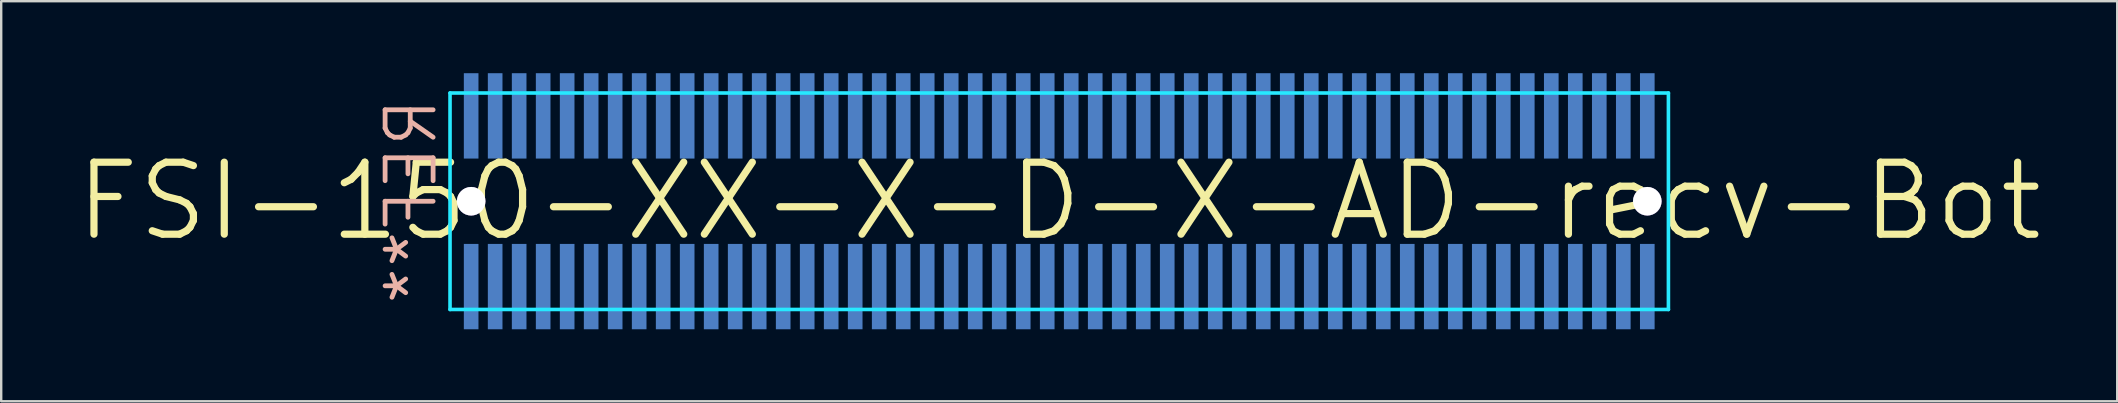
<source format=kicad_pcb>
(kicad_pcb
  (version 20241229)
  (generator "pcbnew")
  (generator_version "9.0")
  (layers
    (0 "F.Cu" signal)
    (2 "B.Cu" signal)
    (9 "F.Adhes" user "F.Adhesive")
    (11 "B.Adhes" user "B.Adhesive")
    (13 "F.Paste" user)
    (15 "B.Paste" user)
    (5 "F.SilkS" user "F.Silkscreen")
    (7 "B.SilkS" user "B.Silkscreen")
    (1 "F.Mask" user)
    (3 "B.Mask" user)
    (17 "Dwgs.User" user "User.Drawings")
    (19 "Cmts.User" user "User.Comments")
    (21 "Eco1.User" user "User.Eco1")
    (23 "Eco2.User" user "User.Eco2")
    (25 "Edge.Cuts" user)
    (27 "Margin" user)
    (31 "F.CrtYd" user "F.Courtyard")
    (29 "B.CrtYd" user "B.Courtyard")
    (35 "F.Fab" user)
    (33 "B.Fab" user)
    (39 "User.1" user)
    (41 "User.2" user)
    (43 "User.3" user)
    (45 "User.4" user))
  (footprint "FSI-150-XX-X-D-X-AD-recv-Bot"
    (layer "F.Cu")
    (at 41.079 5.334)
    (property "Reference" "FSI-150-XX-X-D-X-AD-recv-Bot" (at 0 0 0) (layer "F.SilkS") (effects (font (size 3 3) (thickness 0.3))))
    (attr through_hole)
    (fp_line (start -25.38 -4.51) (end 25.38 -4.51) (stroke (width 0.15) (type solid)) (layer "B.CrtYd"))
    (fp_line (start -25.38 4.51) (end -25.38 -4.51) (stroke (width 0.15) (type solid)) (layer "B.CrtYd"))
    (fp_line (start 25.38 -4.51) (end 25.38 4.51) (stroke (width 0.15) (type solid)) (layer "B.CrtYd"))
    (fp_line (start 25.38 4.51) (end -25.38 4.51) (stroke (width 0.15) (type solid)) (layer "B.CrtYd"))
    (fp_text user "REF**" (at -27 0 90) (layer "B.SilkS") (effects (font (size 2 2) (thickness 0.2)) (justify mirror)))
    (pad "" np_thru_hole circle (at -24.5 0) (size 1.191 1.191) (drill 1.19) (layers "*.Cu" "*.Mask"))
    (pad "" np_thru_hole circle (at 24.5 0) (size 1.191 1.191) (drill 1.19) (layers "*.Cu" "*.Mask"))
    (pad "1" smd rect (at -24.5 -3.556) (size 0.61 3.556) (layers "B.Cu" "B.Mask"))
    (pad "2" smd rect (at -24.5 3.556) (size 0.61 3.556) (layers "B.Cu" "B.Mask"))
    (pad "3" smd rect (at -23.5 -3.556) (size 0.61 3.556) (layers "B.Cu" "B.Mask"))
    (pad "4" smd rect (at -23.5 3.556) (size 0.61 3.556) (layers "B.Cu" "B.Mask"))
    (pad "5" smd rect (at -22.5 -3.556) (size 0.61 3.556) (layers "B.Cu" "B.Mask"))
    (pad "6" smd rect (at -22.5 3.556) (size 0.61 3.556) (layers "B.Cu" "B.Mask"))
    (pad "7" smd rect (at -21.5 -3.556) (size 0.61 3.556) (layers "B.Cu" "B.Mask"))
    (pad "8" smd rect (at -21.5 3.556) (size 0.61 3.556) (layers "B.Cu" "B.Mask"))
    (pad "9" smd rect (at -20.5 -3.556) (size 0.61 3.556) (layers "B.Cu" "B.Mask"))
    (pad "10" smd rect (at -20.5 3.556) (size 0.61 3.556) (layers "B.Cu" "B.Mask"))
    (pad "11" smd rect (at -19.5 -3.556) (size 0.61 3.556) (layers "B.Cu" "B.Mask"))
    (pad "12" smd rect (at -19.5 3.556) (size 0.61 3.556) (layers "B.Cu" "B.Mask"))
    (pad "13" smd rect (at -18.5 -3.556) (size 0.61 3.556) (layers "B.Cu" "B.Mask"))
    (pad "14" smd rect (at -18.5 3.556) (size 0.61 3.556) (layers "B.Cu" "B.Mask"))
    (pad "15" smd rect (at -17.5 -3.556) (size 0.61 3.556) (layers "B.Cu" "B.Mask"))
    (pad "16" smd rect (at -17.5 3.556) (size 0.61 3.556) (layers "B.Cu" "B.Mask"))
    (pad "17" smd rect (at -16.5 -3.556) (size 0.61 3.556) (layers "B.Cu" "B.Mask"))
    (pad "18" smd rect (at -16.5 3.556) (size 0.61 3.556) (layers "B.Cu" "B.Mask"))
    (pad "19" smd rect (at -15.5 -3.556) (size 0.61 3.556) (layers "B.Cu" "B.Mask"))
    (pad "20" smd rect (at -15.5 3.556) (size 0.61 3.556) (layers "B.Cu" "B.Mask"))
    (pad "21" smd rect (at -14.5 -3.556) (size 0.61 3.556) (layers "B.Cu" "B.Mask"))
    (pad "22" smd rect (at -14.5 3.556) (size 0.61 3.556) (layers "B.Cu" "B.Mask"))
    (pad "23" smd rect (at -13.5 -3.556) (size 0.61 3.556) (layers "B.Cu" "B.Mask"))
    (pad "24" smd rect (at -13.5 3.556) (size 0.61 3.556) (layers "B.Cu" "B.Mask"))
    (pad "25" smd rect (at -12.5 -3.556) (size 0.61 3.556) (layers "B.Cu" "B.Mask"))
    (pad "26" smd rect (at -12.5 3.556) (size 0.61 3.556) (layers "B.Cu" "B.Mask"))
    (pad "27" smd rect (at -11.5 -3.556) (size 0.61 3.556) (layers "B.Cu" "B.Mask"))
    (pad "28" smd rect (at -11.5 3.556) (size 0.61 3.556) (layers "B.Cu" "B.Mask"))
    (pad "29" smd rect (at -10.5 -3.556) (size 0.61 3.556) (layers "B.Cu" "B.Mask"))
    (pad "30" smd rect (at -10.5 3.556) (size 0.61 3.556) (layers "B.Cu" "B.Mask"))
    (pad "31" smd rect (at -9.5 -3.556) (size 0.61 3.556) (layers "B.Cu" "B.Mask"))
    (pad "32" smd rect (at -9.5 3.556) (size 0.61 3.556) (layers "B.Cu" "B.Mask"))
    (pad "33" smd rect (at -8.5 -3.556) (size 0.61 3.556) (layers "B.Cu" "B.Mask"))
    (pad "34" smd rect (at -8.5 3.556) (size 0.61 3.556) (layers "B.Cu" "B.Mask"))
    (pad "35" smd rect (at -7.5 -3.556) (size 0.61 3.556) (layers "B.Cu" "B.Mask"))
    (pad "36" smd rect (at -7.5 3.556) (size 0.61 3.556) (layers "B.Cu" "B.Mask"))
    (pad "37" smd rect (at -6.5 -3.556) (size 0.61 3.556) (layers "B.Cu" "B.Mask"))
    (pad "38" smd rect (at -6.5 3.556) (size 0.61 3.556) (layers "B.Cu" "B.Mask"))
    (pad "39" smd rect (at -5.5 -3.556) (size 0.61 3.556) (layers "B.Cu" "B.Mask"))
    (pad "40" smd rect (at -5.5 3.556) (size 0.61 3.556) (layers "B.Cu" "B.Mask"))
    (pad "41" smd rect (at -4.5 -3.556) (size 0.61 3.556) (layers "B.Cu" "B.Mask"))
    (pad "42" smd rect (at -4.5 3.556) (size 0.61 3.556) (layers "B.Cu" "B.Mask"))
    (pad "43" smd rect (at -3.5 -3.556) (size 0.61 3.556) (layers "B.Cu" "B.Mask"))
    (pad "44" smd rect (at -3.5 3.556) (size 0.61 3.556) (layers "B.Cu" "B.Mask"))
    (pad "45" smd rect (at -2.5 -3.556) (size 0.61 3.556) (layers "B.Cu" "B.Mask"))
    (pad "46" smd rect (at -2.5 3.556) (size 0.61 3.556) (layers "B.Cu" "B.Mask"))
    (pad "47" smd rect (at -1.5 -3.556) (size 0.61 3.556) (layers "B.Cu" "B.Mask"))
    (pad "48" smd rect (at -1.5 3.556) (size 0.61 3.556) (layers "B.Cu" "B.Mask"))
    (pad "49" smd rect (at -0.5 -3.556) (size 0.61 3.556) (layers "B.Cu" "B.Mask"))
    (pad "50" smd rect (at -0.5 3.556) (size 0.61 3.556) (layers "B.Cu" "B.Mask"))
    (pad "51" smd rect (at 0.5 -3.556) (size 0.61 3.556) (layers "B.Cu" "B.Mask"))
    (pad "52" smd rect (at 0.5 3.556) (size 0.61 3.556) (layers "B.Cu" "B.Mask"))
    (pad "53" smd rect (at 1.5 -3.556) (size 0.61 3.556) (layers "B.Cu" "B.Mask"))
    (pad "54" smd rect (at 1.5 3.556) (size 0.61 3.556) (layers "B.Cu" "B.Mask"))
    (pad "55" smd rect (at 2.5 -3.556) (size 0.61 3.556) (layers "B.Cu" "B.Mask"))
    (pad "56" smd rect (at 2.5 3.556) (size 0.61 3.556) (layers "B.Cu" "B.Mask"))
    (pad "57" smd rect (at 3.5 -3.556) (size 0.61 3.556) (layers "B.Cu" "B.Mask"))
    (pad "58" smd rect (at 3.5 3.556) (size 0.61 3.556) (layers "B.Cu" "B.Mask"))
    (pad "59" smd rect (at 4.5 -3.556) (size 0.61 3.556) (layers "B.Cu" "B.Mask"))
    (pad "60" smd rect (at 4.5 3.556) (size 0.61 3.556) (layers "B.Cu" "B.Mask"))
    (pad "61" smd rect (at 5.5 -3.556) (size 0.61 3.556) (layers "B.Cu" "B.Mask"))
    (pad "62" smd rect (at 5.5 3.556) (size 0.61 3.556) (layers "B.Cu" "B.Mask"))
    (pad "63" smd rect (at 6.5 -3.556) (size 0.61 3.556) (layers "B.Cu" "B.Mask"))
    (pad "64" smd rect (at 6.5 3.556) (size 0.61 3.556) (layers "B.Cu" "B.Mask"))
    (pad "65" smd rect (at 7.5 -3.556) (size 0.61 3.556) (layers "B.Cu" "B.Mask"))
    (pad "66" smd rect (at 7.5 3.556) (size 0.61 3.556) (layers "B.Cu" "B.Mask"))
    (pad "67" smd rect (at 8.5 -3.556) (size 0.61 3.556) (layers "B.Cu" "B.Mask"))
    (pad "68" smd rect (at 8.5 3.556) (size 0.61 3.556) (layers "B.Cu" "B.Mask"))
    (pad "69" smd rect (at 9.5 -3.556) (size 0.61 3.556) (layers "B.Cu" "B.Mask"))
    (pad "70" smd rect (at 9.5 3.556) (size 0.61 3.556) (layers "B.Cu" "B.Mask"))
    (pad "71" smd rect (at 10.5 -3.556) (size 0.61 3.556) (layers "B.Cu" "B.Mask"))
    (pad "72" smd rect (at 10.5 3.556) (size 0.61 3.556) (layers "B.Cu" "B.Mask"))
    (pad "73" smd rect (at 11.5 -3.556) (size 0.61 3.556) (layers "B.Cu" "B.Mask"))
    (pad "74" smd rect (at 11.5 3.556) (size 0.61 3.556) (layers "B.Cu" "B.Mask"))
    (pad "75" smd rect (at 12.5 -3.556) (size 0.61 3.556) (layers "B.Cu" "B.Mask"))
    (pad "76" smd rect (at 12.5 3.556) (size 0.61 3.556) (layers "B.Cu" "B.Mask"))
    (pad "77" smd rect (at 13.5 -3.556) (size 0.61 3.556) (layers "B.Cu" "B.Mask"))
    (pad "78" smd rect (at 13.5 3.556) (size 0.61 3.556) (layers "B.Cu" "B.Mask"))
    (pad "79" smd rect (at 14.5 -3.556) (size 0.61 3.556) (layers "B.Cu" "B.Mask"))
    (pad "80" smd rect (at 14.5 3.556) (size 0.61 3.556) (layers "B.Cu" "B.Mask"))
    (pad "81" smd rect (at 15.5 -3.556) (size 0.61 3.556) (layers "B.Cu" "B.Mask"))
    (pad "82" smd rect (at 15.5 3.556) (size 0.61 3.556) (layers "B.Cu" "B.Mask"))
    (pad "83" smd rect (at 16.5 -3.556) (size 0.61 3.556) (layers "B.Cu" "B.Mask"))
    (pad "84" smd rect (at 16.5 3.556) (size 0.61 3.556) (layers "B.Cu" "B.Mask"))
    (pad "85" smd rect (at 17.5 -3.556) (size 0.61 3.556) (layers "B.Cu" "B.Mask"))
    (pad "86" smd rect (at 17.5 3.556) (size 0.61 3.556) (layers "B.Cu" "B.Mask"))
    (pad "87" smd rect (at 18.5 -3.556) (size 0.61 3.556) (layers "B.Cu" "B.Mask"))
    (pad "88" smd rect (at 18.5 3.556) (size 0.61 3.556) (layers "B.Cu" "B.Mask"))
    (pad "89" smd rect (at 19.5 -3.556) (size 0.61 3.556) (layers "B.Cu" "B.Mask"))
    (pad "90" smd rect (at 19.5 3.556) (size 0.61 3.556) (layers "B.Cu" "B.Mask"))
    (pad "91" smd rect (at 20.5 -3.556) (size 0.61 3.556) (layers "B.Cu" "B.Mask"))
    (pad "92" smd rect (at 20.5 3.556) (size 0.61 3.556) (layers "B.Cu" "B.Mask"))
    (pad "93" smd rect (at 21.5 -3.556) (size 0.61 3.556) (layers "B.Cu" "B.Mask"))
    (pad "94" smd rect (at 21.5 3.556) (size 0.61 3.556) (layers "B.Cu" "B.Mask"))
    (pad "95" smd rect (at 22.5 -3.556) (size 0.61 3.556) (layers "B.Cu" "B.Mask"))
    (pad "96" smd rect (at 22.5 3.556) (size 0.61 3.556) (layers "B.Cu" "B.Mask"))
    (pad "97" smd rect (at 23.5 -3.556) (size 0.61 3.556) (layers "B.Cu" "B.Mask"))
    (pad "98" smd rect (at 23.5 3.556) (size 0.61 3.556) (layers "B.Cu" "B.Mask"))
    (pad "99" smd rect (at 24.5 -3.556) (size 0.61 3.556) (layers "B.Cu" "B.Mask"))
    (pad "100" smd rect (at 24.5 3.556) (size 0.61 3.556) (layers "B.Cu" "B.Mask")))
  (gr_rect
    (start -3 -3)
    (end 85.157 13.668)
    (stroke (width 0.1) (type default))
    (fill no)
    (layer "Edge.Cuts")))
</source>
